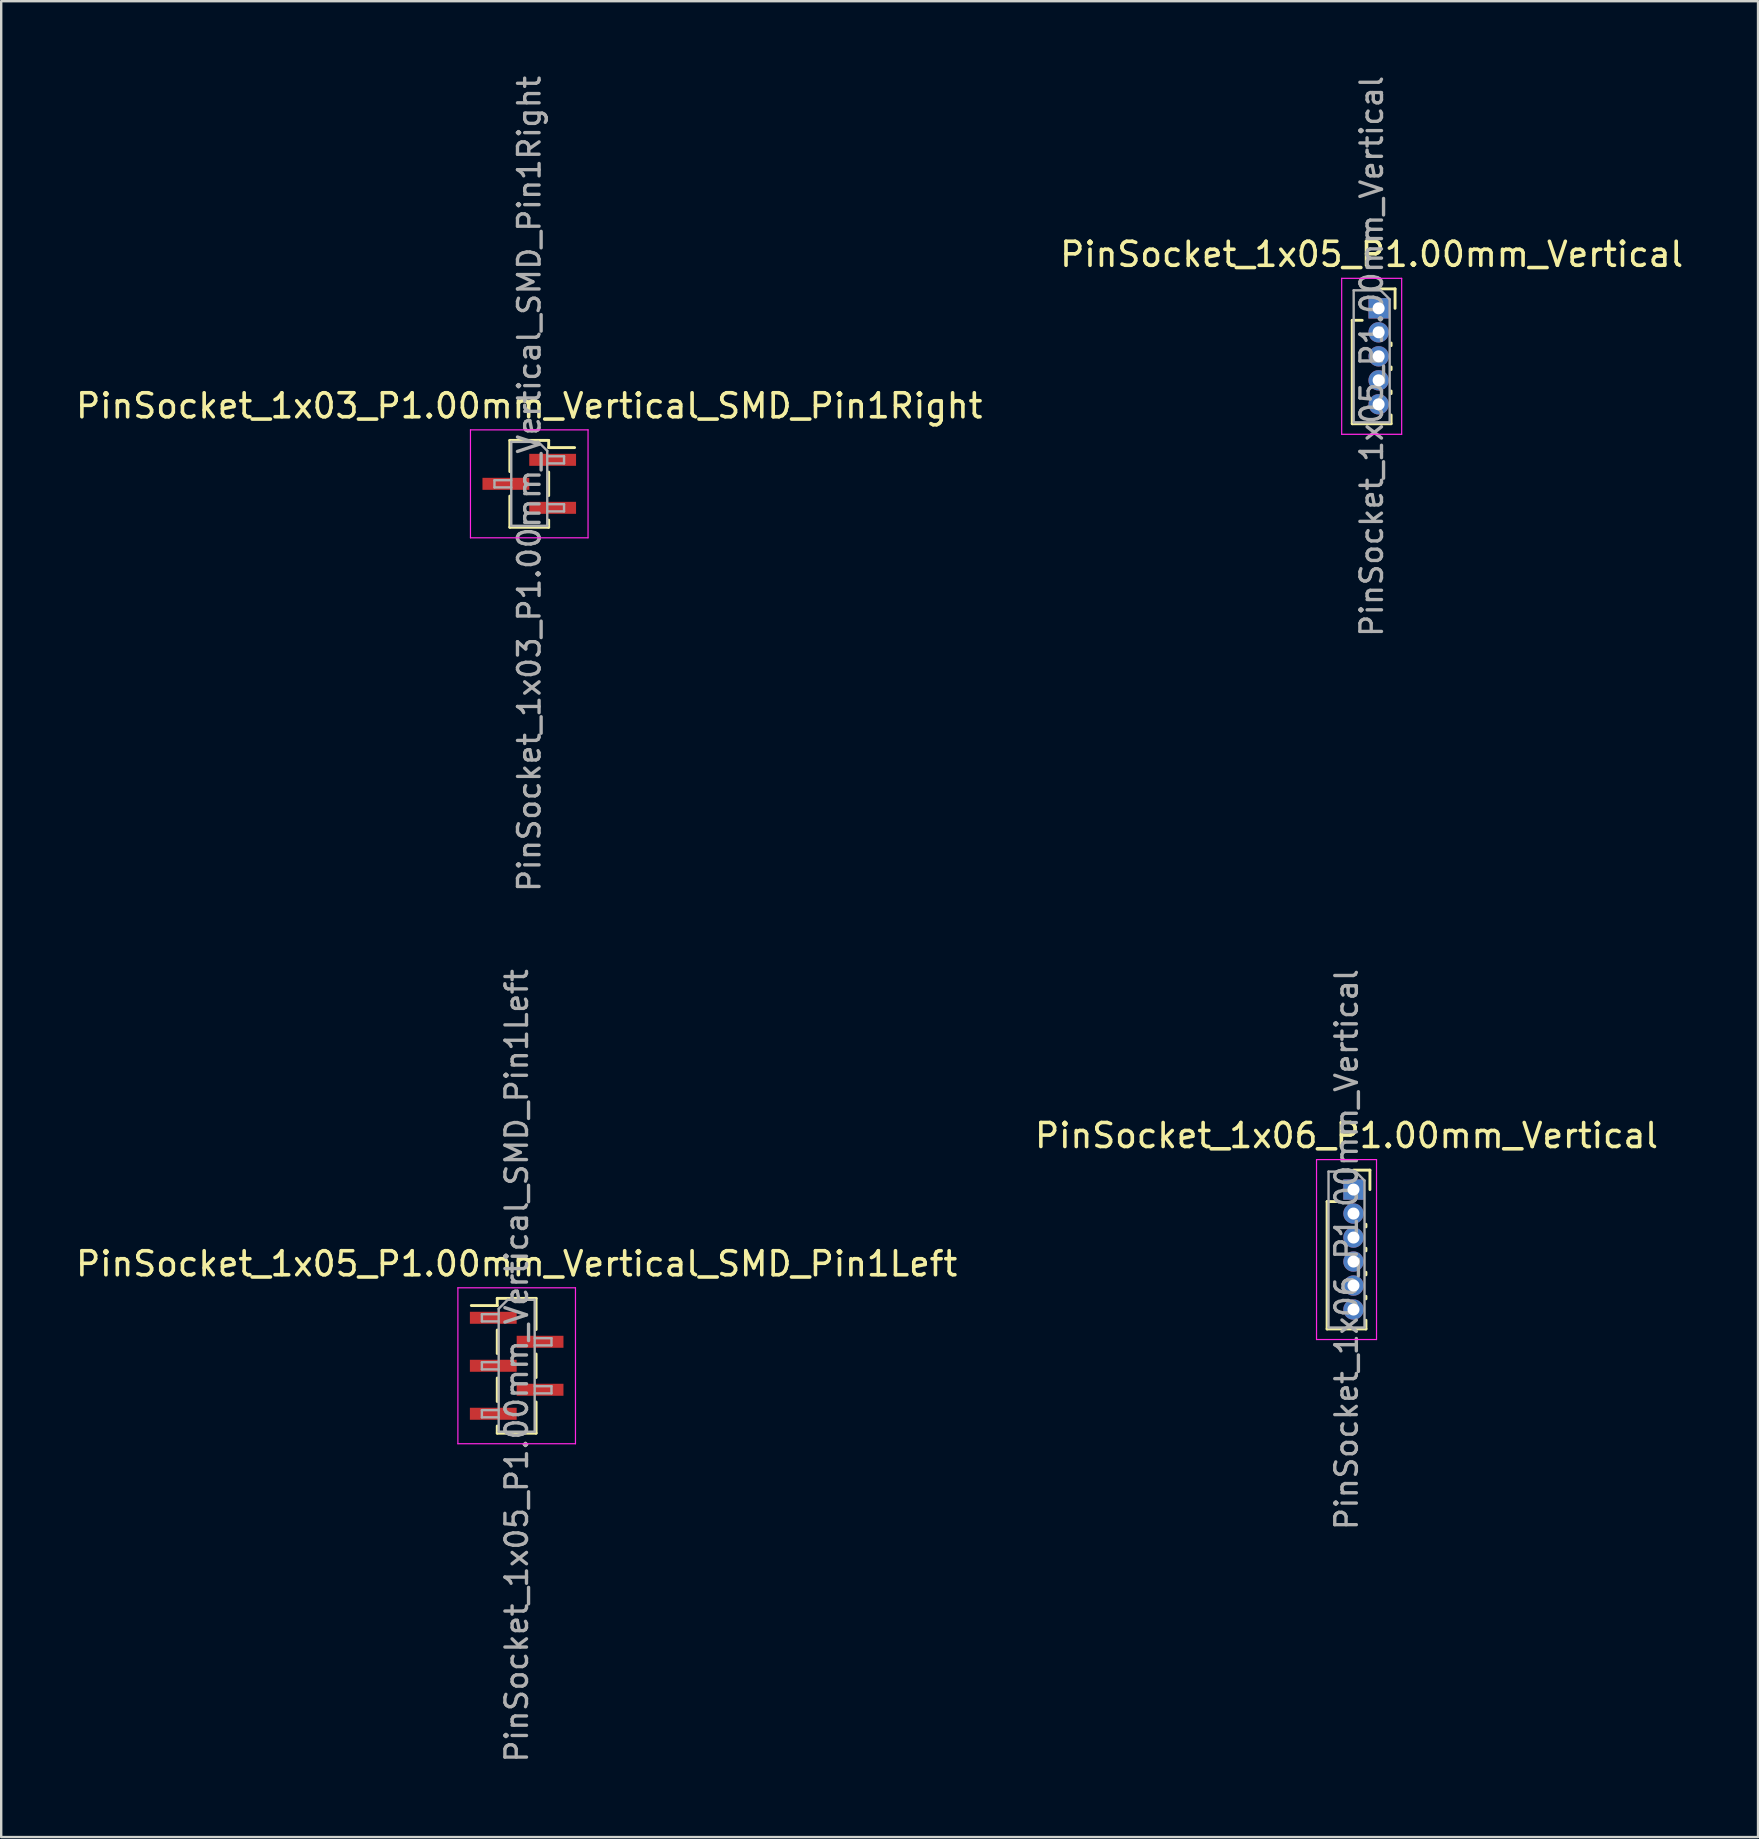
<source format=kicad_pcb>
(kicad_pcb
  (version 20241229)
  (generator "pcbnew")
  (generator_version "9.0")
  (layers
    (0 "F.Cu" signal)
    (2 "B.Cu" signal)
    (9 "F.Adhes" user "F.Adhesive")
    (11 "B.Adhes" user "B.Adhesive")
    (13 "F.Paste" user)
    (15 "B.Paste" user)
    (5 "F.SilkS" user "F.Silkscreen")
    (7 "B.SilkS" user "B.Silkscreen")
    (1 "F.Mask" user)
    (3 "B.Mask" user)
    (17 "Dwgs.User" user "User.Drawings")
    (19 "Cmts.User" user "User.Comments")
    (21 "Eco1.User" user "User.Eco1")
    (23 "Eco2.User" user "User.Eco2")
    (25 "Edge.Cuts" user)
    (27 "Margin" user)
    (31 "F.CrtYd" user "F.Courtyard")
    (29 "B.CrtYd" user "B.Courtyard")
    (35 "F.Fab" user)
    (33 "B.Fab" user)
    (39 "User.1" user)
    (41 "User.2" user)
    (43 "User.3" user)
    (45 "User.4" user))
  (footprint "PinSocket_1x03_P1.00mm_Vertical_SMD_Pin1Right"
    (layer "F.Cu")
    (at 19.006 17.113)
    (property "Reference" "PinSocket_1x03_P1.00mm_Vertical_SMD_Pin1Right" (at 0 -3.25 0) (layer "F.SilkS") (effects (font (size 1 1) (thickness 0.15))))
    (attr smd)
    (fp_line (start -0.81 -1.81) (end -0.81 -0.51) (stroke (width 0.12) (type solid)) (layer "F.SilkS"))
    (fp_line (start -0.81 -1.81) (end 0.81 -1.81) (stroke (width 0.12) (type solid)) (layer "F.SilkS"))
    (fp_line (start -0.81 0.51) (end -0.81 1.81) (stroke (width 0.12) (type solid)) (layer "F.SilkS"))
    (fp_line (start -0.81 1.81) (end 0.81 1.81) (stroke (width 0.12) (type solid)) (layer "F.SilkS"))
    (fp_line (start 0.81 -1.81) (end 0.81 -1.51) (stroke (width 0.12) (type solid)) (layer "F.SilkS"))
    (fp_line (start 0.81 -1.51) (end 1.89 -1.51) (stroke (width 0.12) (type solid)) (layer "F.SilkS"))
    (fp_line (start 0.81 -0.49) (end 0.81 0.49) (stroke (width 0.12) (type solid)) (layer "F.SilkS"))
    (fp_line (start 0.81 1.51) (end 0.81 1.81) (stroke (width 0.12) (type solid)) (layer "F.SilkS"))
    (fp_line (start -2.45 -2.25) (end 2.45 -2.25) (stroke (width 0.05) (type solid)) (layer "F.CrtYd"))
    (fp_line (start -2.45 2.25) (end -2.45 -2.25) (stroke (width 0.05) (type solid)) (layer "F.CrtYd"))
    (fp_line (start 2.45 -2.25) (end 2.45 2.25) (stroke (width 0.05) (type solid)) (layer "F.CrtYd"))
    (fp_line (start 2.45 2.25) (end -2.45 2.25) (stroke (width 0.05) (type solid)) (layer "F.CrtYd"))
    (fp_line (start -1.45 -0.15) (end -0.75 -0.15) (stroke (width 0.1) (type solid)) (layer "F.Fab"))
    (fp_line (start -1.45 0.15) (end -1.45 -0.15) (stroke (width 0.1) (type solid)) (layer "F.Fab"))
    (fp_line (start -0.75 -1.75) (end 0.375 -1.75) (stroke (width 0.1) (type solid)) (layer "F.Fab"))
    (fp_line (start -0.75 0.15) (end -1.45 0.15) (stroke (width 0.1) (type solid)) (layer "F.Fab"))
    (fp_line (start -0.75 1.75) (end -0.75 -1.75) (stroke (width 0.1) (type solid)) (layer "F.Fab"))
    (fp_line (start 0.375 -1.75) (end 0.75 -1.375) (stroke (width 0.1) (type solid)) (layer "F.Fab"))
    (fp_line (start 0.75 -1.375) (end 0.75 1.75) (stroke (width 0.1) (type solid)) (layer "F.Fab"))
    (fp_line (start 0.75 -1.15) (end 1.45 -1.15) (stroke (width 0.1) (type solid)) (layer "F.Fab"))
    (fp_line (start 0.75 0.85) (end 1.45 0.85) (stroke (width 0.1) (type solid)) (layer "F.Fab"))
    (fp_line (start 0.75 1.75) (end -0.75 1.75) (stroke (width 0.1) (type solid)) (layer "F.Fab"))
    (fp_line (start 1.45 -1.15) (end 1.45 -0.85) (stroke (width 0.1) (type solid)) (layer "F.Fab"))
    (fp_line (start 1.45 -0.85) (end 0.75 -0.85) (stroke (width 0.1) (type solid)) (layer "F.Fab"))
    (fp_line (start 1.45 0.85) (end 1.45 1.15) (stroke (width 0.1) (type solid)) (layer "F.Fab"))
    (fp_line (start 1.45 1.15) (end 0.75 1.15) (stroke (width 0.1) (type solid)) (layer "F.Fab"))
    (fp_text user "${REFERENCE}" (at 0 0 90) (layer "F.Fab") (effects (font (size 0.9 0.9) (thickness 0.14))))
    (pad "1" smd rect (at 0.975 -1) (size 1.95 0.5) (layers "F.Cu" "F.Mask" "F.Paste"))
    (pad "2" smd rect (at -0.975 0) (size 1.95 0.5) (layers "F.Cu" "F.Mask" "F.Paste"))
    (pad "3" smd rect (at 0.975 1) (size 1.95 0.5) (layers "F.Cu" "F.Mask" "F.Paste")))
  (footprint "PinSocket_1x05_P1.00mm_Vertical"
    (layer "F.Cu")
    (at 54.403 9.799)
    (property "Reference" "PinSocket_1x05_P1.00mm_Vertical" (at -0.29 -2.25 0) (layer "F.SilkS") (effects (font (size 1 1) (thickness 0.15))))
    (attr through_hole)
    (fp_line (start -1.1 0.5) (end -1.1 4.81) (stroke (width 0.12) (type solid)) (layer "F.SilkS"))
    (fp_line (start -1.1 0.5) (end -0.685 0.5) (stroke (width 0.12) (type solid)) (layer "F.SilkS"))
    (fp_line (start -1.1 4.81) (end 0.52 4.81) (stroke (width 0.12) (type solid)) (layer "F.SilkS"))
    (fp_line (start 0 -0.81) (end 0.685 -0.81) (stroke (width 0.12) (type solid)) (layer "F.SilkS"))
    (fp_line (start 0.52 1.446) (end 0.52 1.554) (stroke (width 0.12) (type solid)) (layer "F.SilkS"))
    (fp_line (start 0.52 2.446) (end 0.52 2.554) (stroke (width 0.12) (type solid)) (layer "F.SilkS"))
    (fp_line (start 0.52 3.446) (end 0.52 3.554) (stroke (width 0.12) (type solid)) (layer "F.SilkS"))
    (fp_line (start 0.52 4.446) (end 0.52 4.81) (stroke (width 0.12) (type solid)) (layer "F.SilkS"))
    (fp_line (start 0.685 -0.81) (end 0.685 0) (stroke (width 0.12) (type solid)) (layer "F.SilkS"))
    (fp_line (start -1.54 -1.25) (end 0.96 -1.25) (stroke (width 0.05) (type solid)) (layer "F.CrtYd"))
    (fp_line (start -1.54 5.25) (end -1.54 -1.25) (stroke (width 0.05) (type solid)) (layer "F.CrtYd"))
    (fp_line (start 0.96 -1.25) (end 0.96 5.25) (stroke (width 0.05) (type solid)) (layer "F.CrtYd"))
    (fp_line (start 0.96 5.25) (end -1.54 5.25) (stroke (width 0.05) (type solid)) (layer "F.CrtYd"))
    (fp_line (start -1.04 -0.75) (end 0.085 -0.75) (stroke (width 0.1) (type solid)) (layer "F.Fab"))
    (fp_line (start -1.04 4.75) (end -1.04 -0.75) (stroke (width 0.1) (type solid)) (layer "F.Fab"))
    (fp_line (start 0.085 -0.75) (end 0.46 -0.375) (stroke (width 0.1) (type solid)) (layer "F.Fab"))
    (fp_line (start 0.46 -0.375) (end 0.46 4.75) (stroke (width 0.1) (type solid)) (layer "F.Fab"))
    (fp_line (start 0.46 4.75) (end -1.04 4.75) (stroke (width 0.1) (type solid)) (layer "F.Fab"))
    (fp_text user "${REFERENCE}" (at -0.29 2 90) (layer "F.Fab") (effects (font (size 0.9 0.9) (thickness 0.14))))
    (pad "1" thru_hole rect (at 0 0) (size 0.85 0.85) (drill 0.5) (layers "*.Cu" "*.Mask"))
    (pad "2" thru_hole circle (at 0 1) (size 0.85 0.85) (drill 0.5) (layers "*.Cu" "*.Mask"))
    (pad "3" thru_hole circle (at 0 2) (size 0.85 0.85) (drill 0.5) (layers "*.Cu" "*.Mask"))
    (pad "4" thru_hole circle (at 0 3) (size 0.85 0.85) (drill 0.5) (layers "*.Cu" "*.Mask"))
    (pad "5" thru_hole circle (at 0 4) (size 0.85 0.85) (drill 0.5) (layers "*.Cu" "*.Mask")))
  (footprint "PinSocket_1x06_P1.00mm_Vertical"
    (layer "F.Cu")
    (at 53.355 46.524)
    (property "Reference" "PinSocket_1x06_P1.00mm_Vertical" (at -0.29 -2.25 0) (layer "F.SilkS") (effects (font (size 1 1) (thickness 0.15))))
    (attr through_hole)
    (fp_line (start -1.1 0.5) (end -1.1 5.81) (stroke (width 0.12) (type solid)) (layer "F.SilkS"))
    (fp_line (start -1.1 0.5) (end -0.685 0.5) (stroke (width 0.12) (type solid)) (layer "F.SilkS"))
    (fp_line (start -1.1 5.81) (end 0.52 5.81) (stroke (width 0.12) (type solid)) (layer "F.SilkS"))
    (fp_line (start 0 -0.81) (end 0.685 -0.81) (stroke (width 0.12) (type solid)) (layer "F.SilkS"))
    (fp_line (start 0.52 1.446) (end 0.52 1.554) (stroke (width 0.12) (type solid)) (layer "F.SilkS"))
    (fp_line (start 0.52 2.446) (end 0.52 2.554) (stroke (width 0.12) (type solid)) (layer "F.SilkS"))
    (fp_line (start 0.52 3.446) (end 0.52 3.554) (stroke (width 0.12) (type solid)) (layer "F.SilkS"))
    (fp_line (start 0.52 4.446) (end 0.52 4.554) (stroke (width 0.12) (type solid)) (layer "F.SilkS"))
    (fp_line (start 0.52 5.446) (end 0.52 5.81) (stroke (width 0.12) (type solid)) (layer "F.SilkS"))
    (fp_line (start 0.685 -0.81) (end 0.685 0) (stroke (width 0.12) (type solid)) (layer "F.SilkS"))
    (fp_line (start -1.54 -1.25) (end 0.96 -1.25) (stroke (width 0.05) (type solid)) (layer "F.CrtYd"))
    (fp_line (start -1.54 6.25) (end -1.54 -1.25) (stroke (width 0.05) (type solid)) (layer "F.CrtYd"))
    (fp_line (start 0.96 -1.25) (end 0.96 6.25) (stroke (width 0.05) (type solid)) (layer "F.CrtYd"))
    (fp_line (start 0.96 6.25) (end -1.54 6.25) (stroke (width 0.05) (type solid)) (layer "F.CrtYd"))
    (fp_line (start -1.04 -0.75) (end 0.085 -0.75) (stroke (width 0.1) (type solid)) (layer "F.Fab"))
    (fp_line (start -1.04 5.75) (end -1.04 -0.75) (stroke (width 0.1) (type solid)) (layer "F.Fab"))
    (fp_line (start 0.085 -0.75) (end 0.46 -0.375) (stroke (width 0.1) (type solid)) (layer "F.Fab"))
    (fp_line (start 0.46 -0.375) (end 0.46 5.75) (stroke (width 0.1) (type solid)) (layer "F.Fab"))
    (fp_line (start 0.46 5.75) (end -1.04 5.75) (stroke (width 0.1) (type solid)) (layer "F.Fab"))
    (fp_text user "${REFERENCE}" (at -0.29 2.5 90) (layer "F.Fab") (effects (font (size 0.9 0.9) (thickness 0.14))))
    (pad "1" thru_hole rect (at 0 0) (size 0.85 0.85) (drill 0.5) (layers "*.Cu" "*.Mask"))
    (pad "2" thru_hole circle (at 0 1) (size 0.85 0.85) (drill 0.5) (layers "*.Cu" "*.Mask"))
    (pad "3" thru_hole circle (at 0 2) (size 0.85 0.85) (drill 0.5) (layers "*.Cu" "*.Mask"))
    (pad "4" thru_hole circle (at 0 3) (size 0.85 0.85) (drill 0.5) (layers "*.Cu" "*.Mask"))
    (pad "5" thru_hole circle (at 0 4) (size 0.85 0.85) (drill 0.5) (layers "*.Cu" "*.Mask"))
    (pad "6" thru_hole circle (at 0 5) (size 0.85 0.85) (drill 0.5) (layers "*.Cu" "*.Mask")))
  (footprint "PinSocket_1x05_P1.00mm_Vertical_SMD_Pin1Left"
    (layer "F.Cu")
    (at 18.482 53.867)
    (property "Reference" "PinSocket_1x05_P1.00mm_Vertical_SMD_Pin1Left" (at 0 -4.25 0) (layer "F.SilkS") (effects (font (size 1 1) (thickness 0.15))))
    (attr smd)
    (fp_line (start -1.89 -2.51) (end -0.81 -2.51) (stroke (width 0.12) (type solid)) (layer "F.SilkS"))
    (fp_line (start -0.81 -2.81) (end -0.81 -2.51) (stroke (width 0.12) (type solid)) (layer "F.SilkS"))
    (fp_line (start -0.81 -2.81) (end 0.81 -2.81) (stroke (width 0.12) (type solid)) (layer "F.SilkS"))
    (fp_line (start -0.81 -1.49) (end -0.81 -0.51) (stroke (width 0.12) (type solid)) (layer "F.SilkS"))
    (fp_line (start -0.81 0.51) (end -0.81 1.49) (stroke (width 0.12) (type solid)) (layer "F.SilkS"))
    (fp_line (start -0.81 2.51) (end -0.81 2.81) (stroke (width 0.12) (type solid)) (layer "F.SilkS"))
    (fp_line (start -0.81 2.81) (end 0.81 2.81) (stroke (width 0.12) (type solid)) (layer "F.SilkS"))
    (fp_line (start 0.81 -2.81) (end 0.81 -1.51) (stroke (width 0.12) (type solid)) (layer "F.SilkS"))
    (fp_line (start 0.81 -0.49) (end 0.81 0.49) (stroke (width 0.12) (type solid)) (layer "F.SilkS"))
    (fp_line (start 0.81 1.51) (end 0.81 2.81) (stroke (width 0.12) (type solid)) (layer "F.SilkS"))
    (fp_line (start -2.45 -3.25) (end 2.45 -3.25) (stroke (width 0.05) (type solid)) (layer "F.CrtYd"))
    (fp_line (start -2.45 3.25) (end -2.45 -3.25) (stroke (width 0.05) (type solid)) (layer "F.CrtYd"))
    (fp_line (start 2.45 -3.25) (end 2.45 3.25) (stroke (width 0.05) (type solid)) (layer "F.CrtYd"))
    (fp_line (start 2.45 3.25) (end -2.45 3.25) (stroke (width 0.05) (type solid)) (layer "F.CrtYd"))
    (fp_line (start -1.45 -2.15) (end -0.75 -2.15) (stroke (width 0.1) (type solid)) (layer "F.Fab"))
    (fp_line (start -1.45 -1.85) (end -1.45 -2.15) (stroke (width 0.1) (type solid)) (layer "F.Fab"))
    (fp_line (start -1.45 -0.15) (end -0.75 -0.15) (stroke (width 0.1) (type solid)) (layer "F.Fab"))
    (fp_line (start -1.45 0.15) (end -1.45 -0.15) (stroke (width 0.1) (type solid)) (layer "F.Fab"))
    (fp_line (start -1.45 1.85) (end -0.75 1.85) (stroke (width 0.1) (type solid)) (layer "F.Fab"))
    (fp_line (start -1.45 2.15) (end -1.45 1.85) (stroke (width 0.1) (type solid)) (layer "F.Fab"))
    (fp_line (start -0.75 -2.375) (end -0.375 -2.75) (stroke (width 0.1) (type solid)) (layer "F.Fab"))
    (fp_line (start -0.75 -1.85) (end -1.45 -1.85) (stroke (width 0.1) (type solid)) (layer "F.Fab"))
    (fp_line (start -0.75 0.15) (end -1.45 0.15) (stroke (width 0.1) (type solid)) (layer "F.Fab"))
    (fp_line (start -0.75 2.15) (end -1.45 2.15) (stroke (width 0.1) (type solid)) (layer "F.Fab"))
    (fp_line (start -0.75 2.75) (end -0.75 -2.375) (stroke (width 0.1) (type solid)) (layer "F.Fab"))
    (fp_line (start -0.375 -2.75) (end 0.75 -2.75) (stroke (width 0.1) (type solid)) (layer "F.Fab"))
    (fp_line (start 0.75 -2.75) (end 0.75 2.75) (stroke (width 0.1) (type solid)) (layer "F.Fab"))
    (fp_line (start 0.75 -1.15) (end 1.45 -1.15) (stroke (width 0.1) (type solid)) (layer "F.Fab"))
    (fp_line (start 0.75 0.85) (end 1.45 0.85) (stroke (width 0.1) (type solid)) (layer "F.Fab"))
    (fp_line (start 0.75 2.75) (end -0.75 2.75) (stroke (width 0.1) (type solid)) (layer "F.Fab"))
    (fp_line (start 1.45 -1.15) (end 1.45 -0.85) (stroke (width 0.1) (type solid)) (layer "F.Fab"))
    (fp_line (start 1.45 -0.85) (end 0.75 -0.85) (stroke (width 0.1) (type solid)) (layer "F.Fab"))
    (fp_line (start 1.45 0.85) (end 1.45 1.15) (stroke (width 0.1) (type solid)) (layer "F.Fab"))
    (fp_line (start 1.45 1.15) (end 0.75 1.15) (stroke (width 0.1) (type solid)) (layer "F.Fab"))
    (fp_text user "${REFERENCE}" (at 0 0 90) (layer "F.Fab") (effects (font (size 0.9 0.9) (thickness 0.14))))
    (pad "1" smd rect (at -0.975 -2) (size 1.95 0.5) (layers "F.Cu" "F.Mask" "F.Paste"))
    (pad "2" smd rect (at 0.975 -1) (size 1.95 0.5) (layers "F.Cu" "F.Mask" "F.Paste"))
    (pad "3" smd rect (at -0.975 0) (size 1.95 0.5) (layers "F.Cu" "F.Mask" "F.Paste"))
    (pad "4" smd rect (at 0.975 1) (size 1.95 0.5) (layers "F.Cu" "F.Mask" "F.Paste"))
    (pad "5" smd rect (at -0.975 2) (size 1.95 0.5) (layers "F.Cu" "F.Mask" "F.Paste")))
  (gr_rect
    (start -3 -3)
    (end 70.214 73.509)
    (stroke (width 0.1) (type default))
    (fill no)
    (layer "Edge.Cuts")))
</source>
